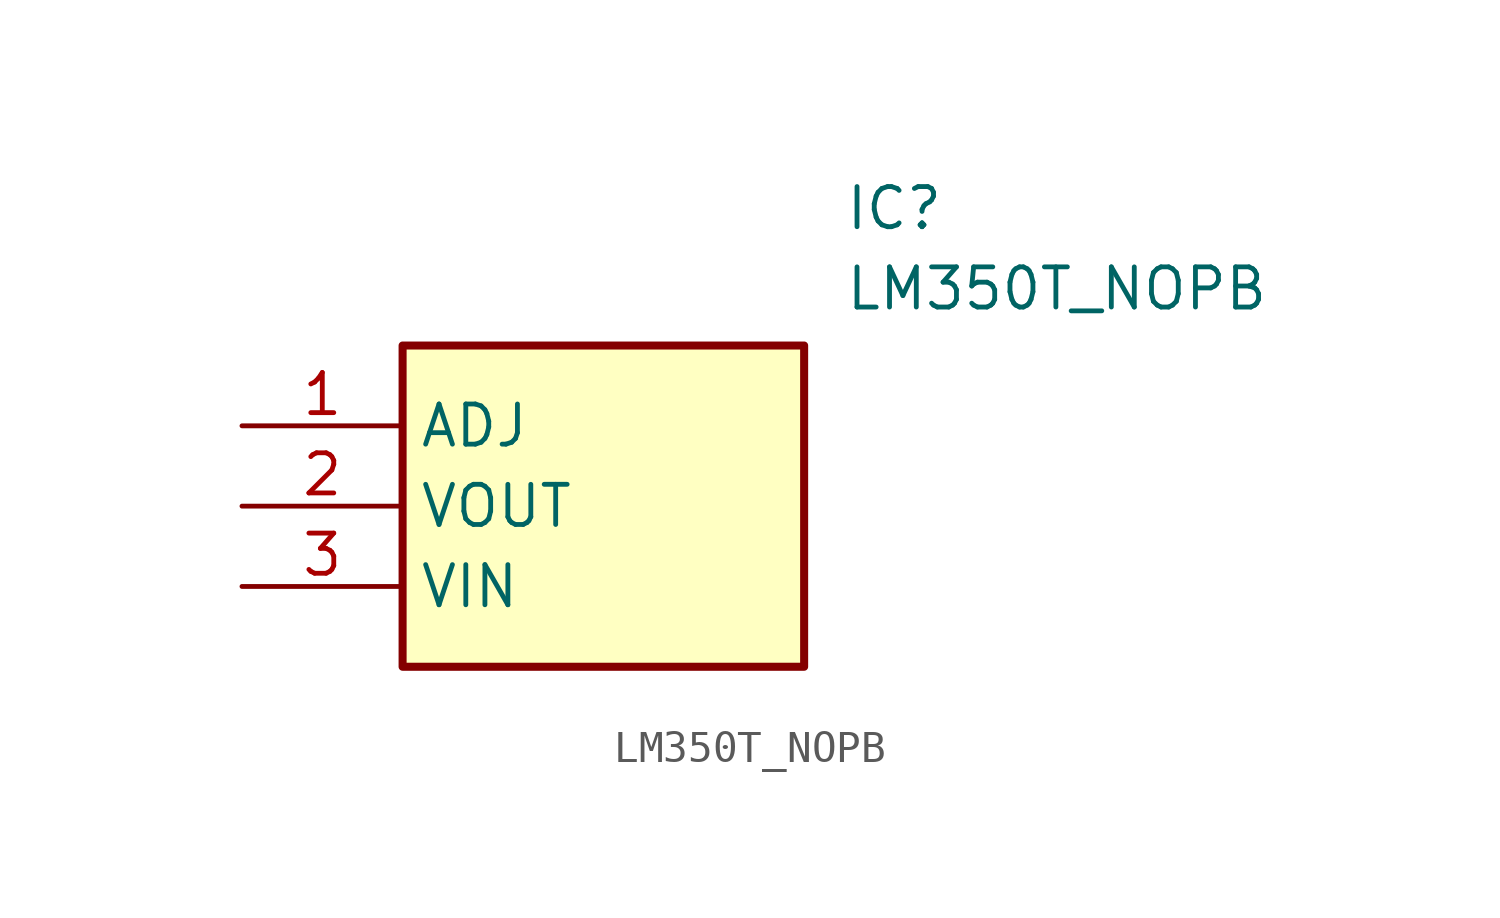
<source format=kicad_sym>
(kicad_symbol_lib
  (version 20211014)
  (generator SamacSys_ECAD_Model)
  (symbol "LM350T_NOPB"
    (property "Reference" "IC"
      (at 19.05 7.62 0)
      (effects (font (size 1.27 1.27)) (justify left top)))
    (property "Value" "LM350T_NOPB"
      (at 19.05 5.08 0)
      (effects (font (size 1.27 1.27)) (justify left top)))
    (rectangle
      (start 5.08 2.54)
      (end 17.78 -7.62)
      (stroke (width 0.254) (type default))
      (fill (type background)))
    (pin passive line
      (at 0 0 0)
      (length 5.08)
      (name "ADJ" (effects (font (size 1.27 1.27))))
      (number "1" (effects (font (size 1.27 1.27)))))
    (pin passive line
      (at 0 -2.54 0)
      (length 5.08)
      (name "VOUT" (effects (font (size 1.27 1.27))))
      (number "2" (effects (font (size 1.27 1.27)))))
    (pin passive line
      (at 0 -5.08 0)
      (length 5.08)
      (name "VIN" (effects (font (size 1.27 1.27))))
      (number "3" (effects (font (size 1.27 1.27)))))))
</source>
